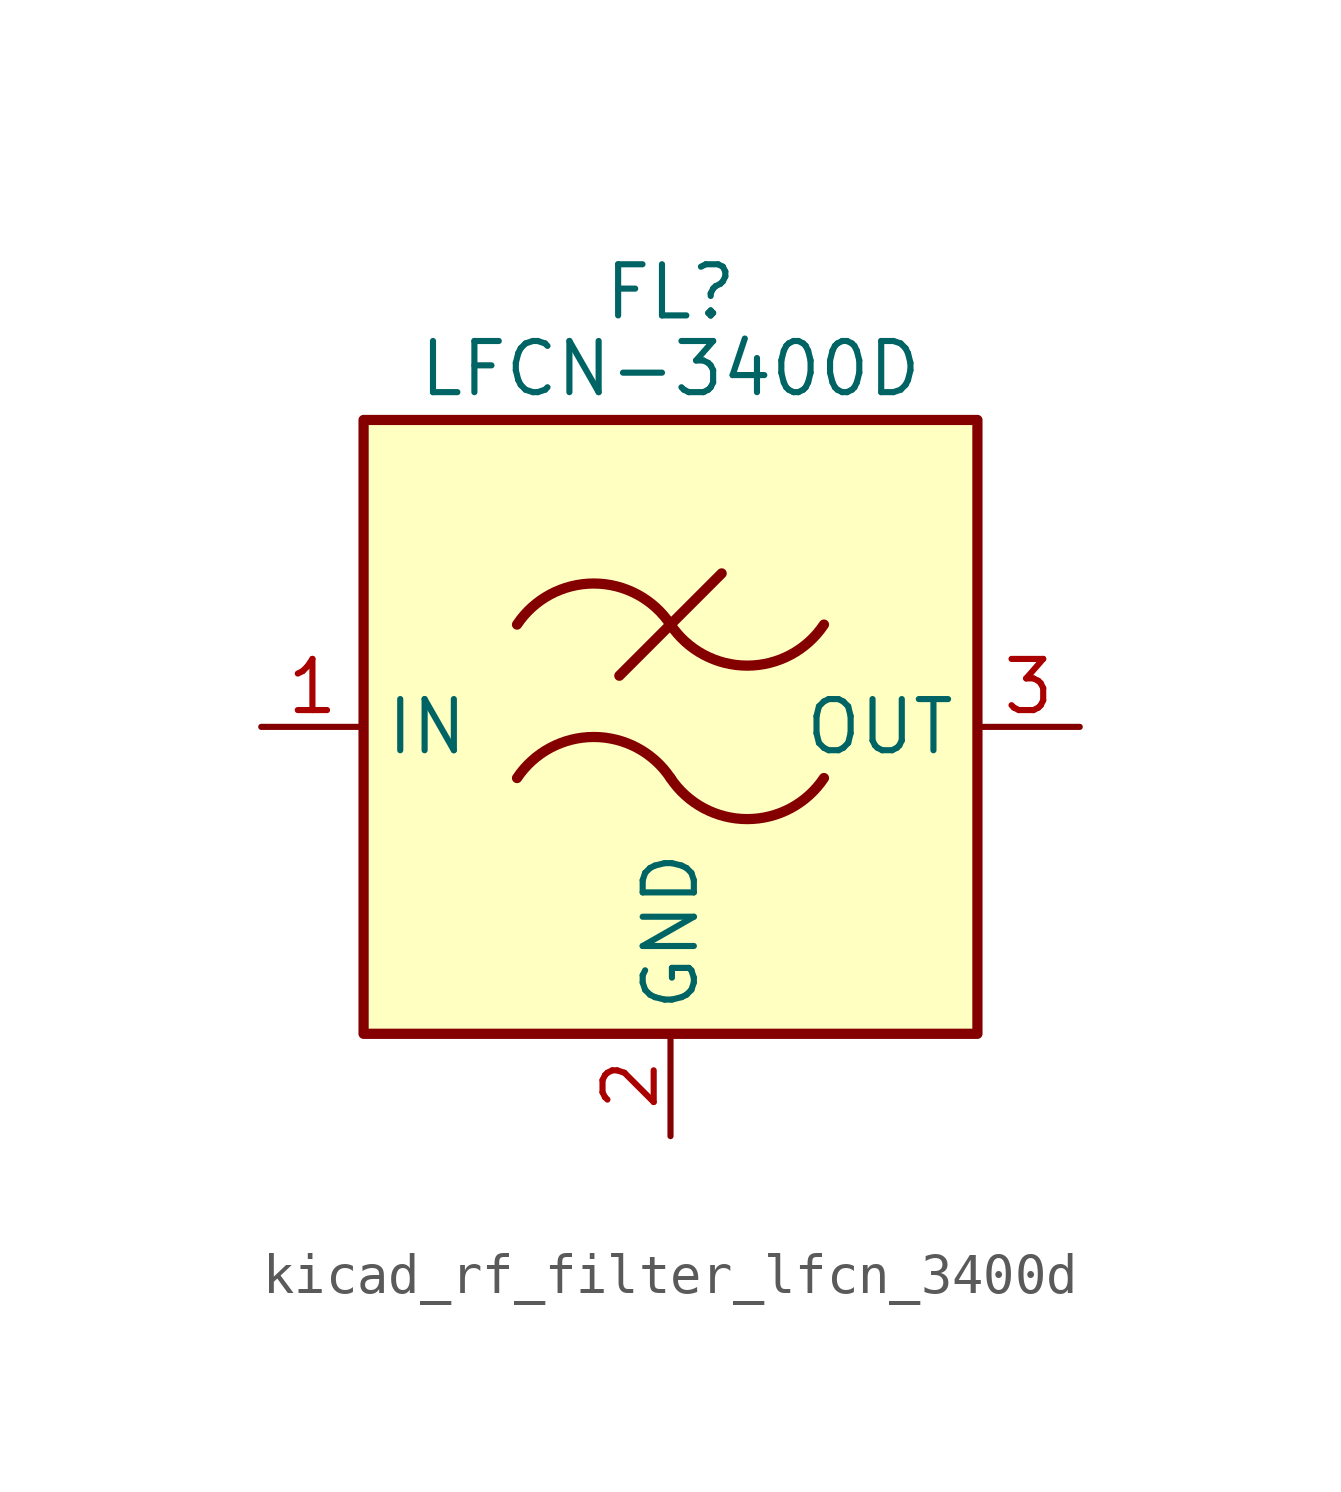
<source format=kicad_sym>
(kicad_symbol_lib
  (version 20220914)
  (generator kicad_symbol_editor)
  (symbol "kicad_rf_filter_lfcn_3400d"
    (property "Reference" "FL"
      (at 0 10.795 0)
      (effects (font (size 1.27 1.27))))
    (property "Value" "LFCN-3400D"
      (at 0 8.89 0)
      (effects (font (size 1.27 1.27))))
    (symbol "kicad_rf_filter_lfcn_3400d_0_1"
      (rectangle (start -7.62 7.62) (end 7.62 -7.62) (stroke (width 0.254) (type default)) (fill (type background)))
      (arc (start 0 -1.27) (mid -1.905 -0.2505) (end -3.81 -1.27) (stroke (width 0.254) (type default)) (fill (type none)))
      (arc (start 0 -1.27) (mid 1.905 -2.2895) (end 3.81 -1.27) (stroke (width 0.254) (type default)) (fill (type none)))
      (polyline (pts (xy -1.27 1.27) (xy 1.27 3.81)) (stroke (width 0.254) (type default)) (fill (type none)))
      (arc (start 0 2.54) (mid -1.905 3.5595) (end -3.81 2.54) (stroke (width 0.254) (type default)) (fill (type none)))
      (arc (start 0 2.54) (mid 1.905 1.5205) (end 3.81 2.54) (stroke (width 0.254) (type default)) (fill (type none))))
    (symbol "kicad_rf_filter_lfcn_3400d_1_1"
      (pin passive line (at -10.16 0 0) (length 2.54) (name "IN" (effects (font (size 1.27 1.27)))) (number "1" (effects (font (size 1.27 1.27)))))
      (pin passive line (at 0 -10.16 90) (length 2.54) (name "GND" (effects (font (size 1.27 1.27)))) (number "2" (effects (font (size 1.27 1.27)))))
      (pin passive line (at 10.16 0 180) (length 2.54) (name "OUT" (effects (font (size 1.27 1.27)))) (number "3" (effects (font (size 1.27 1.27)))))
      (pin passive line (at 0 -10.16 90) (length 2.54) hide (name "GND" (effects (font (size 1.27 1.27)))) (number "4" (effects (font (size 1.27 1.27))))))))
</source>
